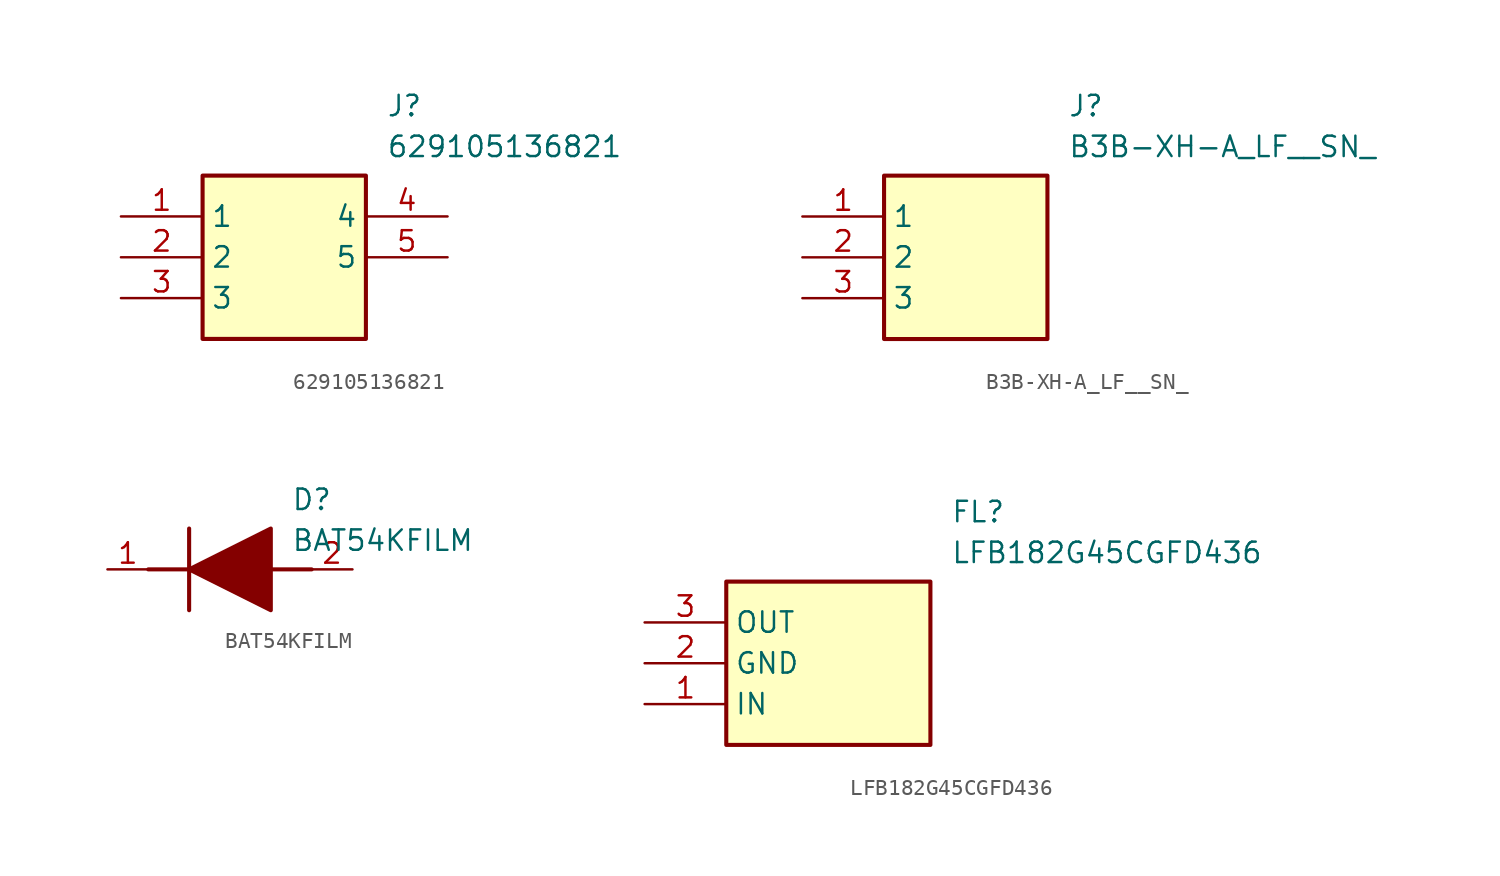
<source format=kicad_sym>
(kicad_symbol_lib
  (version 20220914)
  (generator SamacSys_ECAD_Model)
  (symbol "629105136821"
    (property "Reference" "J"
      (at 16.51 7.62 0)
      (effects (font (size 1.27 1.27)) (justify left top)))
    (property "Value" "629105136821"
      (at 16.51 5.08 0)
      (effects (font (size 1.27 1.27)) (justify left top)))
    (rectangle
      (start 5.08 2.54)
      (end 15.24 -7.62)
      (stroke (width 0.254) (type default))
      (fill (type background)))
    (pin passive line
      (at 0 0 0)
      (length 5.08)
      (name "1" (effects (font (size 1.27 1.27))))
      (number "1" (effects (font (size 1.27 1.27)))))
    (pin passive line
      (at 0 -2.54 0)
      (length 5.08)
      (name "2" (effects (font (size 1.27 1.27))))
      (number "2" (effects (font (size 1.27 1.27)))))
    (pin passive line
      (at 0 -5.08 0)
      (length 5.08)
      (name "3" (effects (font (size 1.27 1.27))))
      (number "3" (effects (font (size 1.27 1.27)))))
    (pin passive line
      (at 20.32 0 180)
      (length 5.08)
      (name "4" (effects (font (size 1.27 1.27))))
      (number "4" (effects (font (size 1.27 1.27)))))
    (pin passive line
      (at 20.32 -2.54 180)
      (length 5.08)
      (name "5" (effects (font (size 1.27 1.27))))
      (number "5" (effects (font (size 1.27 1.27))))))
  (symbol "B3B-XH-A_LF__SN_"
    (property "Reference" "J"
      (at 16.51 7.62 0)
      (effects (font (size 1.27 1.27)) (justify left top)))
    (property "Value" "B3B-XH-A_LF__SN_"
      (at 16.51 5.08 0)
      (effects (font (size 1.27 1.27)) (justify left top)))
    (rectangle
      (start 5.08 2.54)
      (end 15.24 -7.62)
      (stroke (width 0.254) (type default))
      (fill (type background)))
    (pin passive line
      (at 0 0 0)
      (length 5.08)
      (name "1" (effects (font (size 1.27 1.27))))
      (number "1" (effects (font (size 1.27 1.27)))))
    (pin passive line
      (at 0 -2.54 0)
      (length 5.08)
      (name "2" (effects (font (size 1.27 1.27))))
      (number "2" (effects (font (size 1.27 1.27)))))
    (pin passive line
      (at 0 -5.08 0)
      (length 5.08)
      (name "3" (effects (font (size 1.27 1.27))))
      (number "3" (effects (font (size 1.27 1.27))))))
  (symbol "BAT54KFILM"
    (pin_names hide)
    (property "Reference" "D"
      (at 11.43 5.08 0)
      (effects (font (size 1.27 1.27)) (justify left top)))
    (property "Value" "BAT54KFILM"
      (at 11.43 2.54 0)
      (effects (font (size 1.27 1.27)) (justify left top)))
    (polyline
      (pts (xy 5.08 2.54) (xy 5.08 -2.54))
      (stroke (width 0.254) (type default))
      (fill (type none)))
    (polyline
      (pts (xy 2.54 0) (xy 5.08 0))
      (stroke (width 0.254) (type default))
      (fill (type none)))
    (polyline
      (pts (xy 10.16 0) (xy 12.7 0))
      (stroke (width 0.254) (type default))
      (fill (type none)))
    (polyline
      (pts (xy 5.08 0) (xy 10.16 2.54) (xy 10.16 -2.54) (xy 5.08 0))
      (stroke (width 0.254) (type default))
      (fill (type outline)))
    (pin passive line
      (at 0 0 0)
      (length 2.54)
      (name "K" (effects (font (size 1.27 1.27))))
      (number "1" (effects (font (size 1.27 1.27)))))
    (pin passive line
      (at 15.24 0 180)
      (length 2.54)
      (name "A" (effects (font (size 1.27 1.27))))
      (number "2" (effects (font (size 1.27 1.27))))))
  (symbol "LFB182G45CGFD436"
    (property "Reference" "FL"
      (at 19.05 7.62 0)
      (effects (font (size 1.27 1.27)) (justify left top)))
    (property "Value" "LFB182G45CGFD436"
      (at 19.05 5.08 0)
      (effects (font (size 1.27 1.27)) (justify left top)))
    (rectangle
      (start 5.08 2.54)
      (end 17.78 -7.62)
      (stroke (width 0.254) (type default))
      (fill (type background)))
    (pin passive line
      (at 0 -5.08 0)
      (length 5.08)
      (name "IN" (effects (font (size 1.27 1.27))))
      (number "1" (effects (font (size 1.27 1.27)))))
    (pin passive line
      (at 0 -2.54 0)
      (length 5.08)
      (name "GND" (effects (font (size 1.27 1.27))))
      (number "2" (effects (font (size 1.27 1.27)))))
    (pin passive line
      (at 0 0 0)
      (length 5.08)
      (name "OUT" (effects (font (size 1.27 1.27))))
      (number "3" (effects (font (size 1.27 1.27)))))))
</source>
